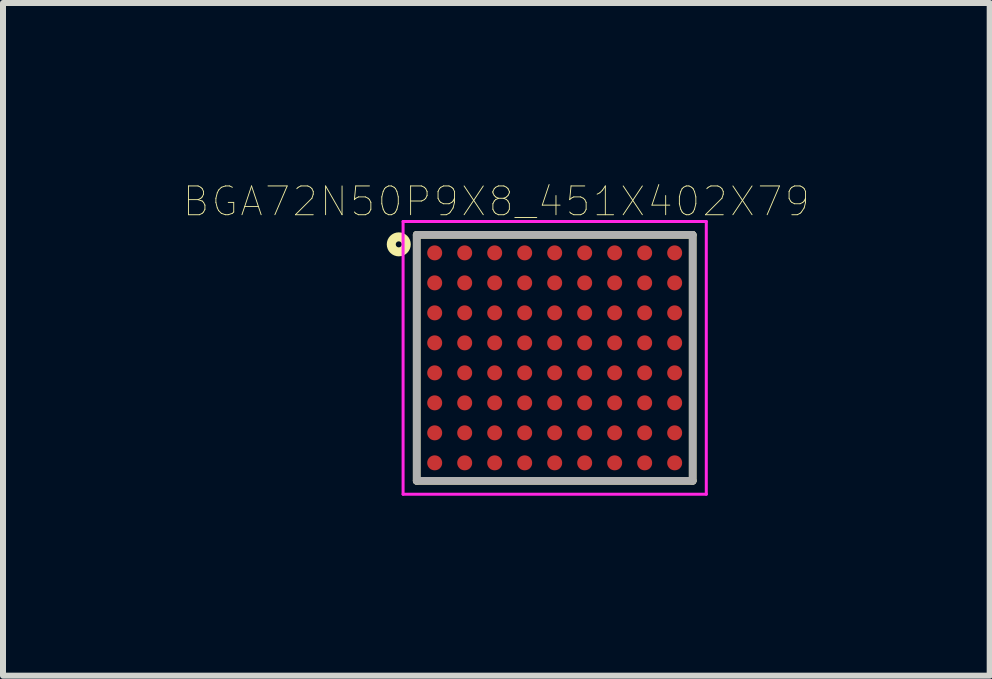
<source format=kicad_pcb>
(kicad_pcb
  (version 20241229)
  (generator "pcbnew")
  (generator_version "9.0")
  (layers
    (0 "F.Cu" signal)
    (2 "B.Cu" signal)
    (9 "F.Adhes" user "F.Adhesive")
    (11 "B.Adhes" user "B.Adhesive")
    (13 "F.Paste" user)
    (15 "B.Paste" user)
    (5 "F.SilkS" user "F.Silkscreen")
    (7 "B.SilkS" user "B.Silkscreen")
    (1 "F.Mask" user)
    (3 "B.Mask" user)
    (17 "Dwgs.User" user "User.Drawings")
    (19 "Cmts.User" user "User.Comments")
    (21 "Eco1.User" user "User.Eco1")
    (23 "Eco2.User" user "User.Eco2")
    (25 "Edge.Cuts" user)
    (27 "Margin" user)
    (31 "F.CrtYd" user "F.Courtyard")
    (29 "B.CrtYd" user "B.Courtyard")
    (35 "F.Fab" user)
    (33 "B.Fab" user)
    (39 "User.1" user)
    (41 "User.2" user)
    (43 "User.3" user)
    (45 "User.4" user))
  (footprint "BGA72N50P9X8_451X402X79"
    (layer "F.Cu")
    (at 6.196 2.915)
    (property "Reference" "BGA72N50P9X8_451X402X79" (at -0.973 -2.607 0) (layer "F.SilkS") (effects (font (size 0.48 0.48) (thickness 0.015))))
    (attr through_hole)
    (fp_line (start -2.3 -2.05) (end 2.3 -2.05) (stroke (width 0.127) (type solid)) (layer "F.SilkS"))
    (fp_line (start -2.3 2.05) (end -2.3 -2.05) (stroke (width 0.127) (type solid)) (layer "F.SilkS"))
    (fp_line (start 2.3 -2.05) (end 2.3 2.05) (stroke (width 0.127) (type solid)) (layer "F.SilkS"))
    (fp_line (start 2.3 2.05) (end -2.3 2.05) (stroke (width 0.127) (type solid)) (layer "F.SilkS"))
    (fp_circle (center -2.599 -1.892) (end -2.549 -1.892) (stroke (width 0.15) (type solid)) (fill no) (layer "F.SilkS"))
    (fp_line (start -2.527 -2.273) (end 2.527 -2.273) (stroke (width 0.05) (type solid)) (layer "F.CrtYd"))
    (fp_line (start -2.527 2.273) (end -2.527 -2.273) (stroke (width 0.05) (type solid)) (layer "F.CrtYd"))
    (fp_line (start 2.527 -2.273) (end 2.527 2.273) (stroke (width 0.05) (type solid)) (layer "F.CrtYd"))
    (fp_line (start 2.527 2.273) (end -2.527 2.273) (stroke (width 0.05) (type solid)) (layer "F.CrtYd"))
    (fp_line (start -2.3 -2.05) (end -2.3 2.05) (stroke (width 0.127) (type solid)) (layer "F.Fab"))
    (fp_line (start -2.3 -2.05) (end 2.3 -2.05) (stroke (width 0.127) (type solid)) (layer "F.Fab"))
    (fp_line (start 2.3 2.05) (end -2.3 2.05) (stroke (width 0.127) (type solid)) (layer "F.Fab"))
    (fp_line (start 2.3 2.05) (end 2.3 -2.05) (stroke (width 0.127) (type solid)) (layer "F.Fab"))
    (pad "A1" smd circle (at -2 -1.75) (size 0.25 0.25) (layers "F.Cu" "F.Mask"))
    (pad "A2" smd circle (at -1.5 -1.75) (size 0.25 0.25) (layers "F.Cu" "F.Mask"))
    (pad "A3" smd circle (at -1 -1.75) (size 0.25 0.25) (layers "F.Cu" "F.Mask"))
    (pad "A4" smd circle (at -0.5 -1.75) (size 0.25 0.25) (layers "F.Cu" "F.Mask"))
    (pad "A5" smd circle (at 0 -1.75) (size 0.25 0.25) (layers "F.Cu" "F.Mask"))
    (pad "A6" smd circle (at 0.5 -1.75) (size 0.25 0.25) (layers "F.Cu" "F.Mask"))
    (pad "A7" smd circle (at 1 -1.75) (size 0.25 0.25) (layers "F.Cu" "F.Mask"))
    (pad "A8" smd circle (at 1.5 -1.75) (size 0.25 0.25) (layers "F.Cu" "F.Mask"))
    (pad "A9" smd circle (at 2 -1.75) (size 0.25 0.25) (layers "F.Cu" "F.Mask"))
    (pad "B1" smd circle (at -2 -1.25) (size 0.25 0.25) (layers "F.Cu" "F.Mask"))
    (pad "B2" smd circle (at -1.5 -1.25) (size 0.25 0.25) (layers "F.Cu" "F.Mask"))
    (pad "B3" smd circle (at -1 -1.25) (size 0.25 0.25) (layers "F.Cu" "F.Mask"))
    (pad "B4" smd circle (at -0.5 -1.25) (size 0.25 0.25) (layers "F.Cu" "F.Mask"))
    (pad "B5" smd circle (at 0 -1.25) (size 0.25 0.25) (layers "F.Cu" "F.Mask"))
    (pad "B6" smd circle (at 0.5 -1.25) (size 0.25 0.25) (layers "F.Cu" "F.Mask"))
    (pad "B7" smd circle (at 1 -1.25) (size 0.25 0.25) (layers "F.Cu" "F.Mask"))
    (pad "B8" smd circle (at 1.5 -1.25) (size 0.25 0.25) (layers "F.Cu" "F.Mask"))
    (pad "B9" smd circle (at 2 -1.25) (size 0.25 0.25) (layers "F.Cu" "F.Mask"))
    (pad "C1" smd circle (at -2 -0.75) (size 0.25 0.25) (layers "F.Cu" "F.Mask"))
    (pad "C2" smd circle (at -1.5 -0.75) (size 0.25 0.25) (layers "F.Cu" "F.Mask"))
    (pad "C3" smd circle (at -1 -0.75) (size 0.25 0.25) (layers "F.Cu" "F.Mask"))
    (pad "C4" smd circle (at -0.5 -0.75) (size 0.25 0.25) (layers "F.Cu" "F.Mask"))
    (pad "C5" smd circle (at 0 -0.75) (size 0.25 0.25) (layers "F.Cu" "F.Mask"))
    (pad "C6" smd circle (at 0.5 -0.75) (size 0.25 0.25) (layers "F.Cu" "F.Mask"))
    (pad "C7" smd circle (at 1 -0.75) (size 0.25 0.25) (layers "F.Cu" "F.Mask"))
    (pad "C8" smd circle (at 1.5 -0.75) (size 0.25 0.25) (layers "F.Cu" "F.Mask"))
    (pad "C9" smd circle (at 2 -0.75) (size 0.25 0.25) (layers "F.Cu" "F.Mask"))
    (pad "D1" smd circle (at -2 -0.25) (size 0.25 0.25) (layers "F.Cu" "F.Mask"))
    (pad "D2" smd circle (at -1.5 -0.25) (size 0.25 0.25) (layers "F.Cu" "F.Mask"))
    (pad "D3" smd circle (at -1 -0.25) (size 0.25 0.25) (layers "F.Cu" "F.Mask"))
    (pad "D4" smd circle (at -0.5 -0.25) (size 0.25 0.25) (layers "F.Cu" "F.Mask"))
    (pad "D5" smd circle (at 0 -0.25) (size 0.25 0.25) (layers "F.Cu" "F.Mask"))
    (pad "D6" smd circle (at 0.5 -0.25) (size 0.25 0.25) (layers "F.Cu" "F.Mask"))
    (pad "D7" smd circle (at 1 -0.25) (size 0.25 0.25) (layers "F.Cu" "F.Mask"))
    (pad "D8" smd circle (at 1.5 -0.25) (size 0.25 0.25) (layers "F.Cu" "F.Mask"))
    (pad "D9" smd circle (at 2 -0.25) (size 0.25 0.25) (layers "F.Cu" "F.Mask"))
    (pad "E1" smd circle (at -2 0.25) (size 0.25 0.25) (layers "F.Cu" "F.Mask"))
    (pad "E2" smd circle (at -1.5 0.25) (size 0.25 0.25) (layers "F.Cu" "F.Mask"))
    (pad "E3" smd circle (at -1 0.25) (size 0.25 0.25) (layers "F.Cu" "F.Mask"))
    (pad "E4" smd circle (at -0.5 0.25) (size 0.25 0.25) (layers "F.Cu" "F.Mask"))
    (pad "E5" smd circle (at 0 0.25) (size 0.25 0.25) (layers "F.Cu" "F.Mask"))
    (pad "E6" smd circle (at 0.5 0.25) (size 0.25 0.25) (layers "F.Cu" "F.Mask"))
    (pad "E7" smd circle (at 1 0.25) (size 0.25 0.25) (layers "F.Cu" "F.Mask"))
    (pad "E8" smd circle (at 1.5 0.25) (size 0.25 0.25) (layers "F.Cu" "F.Mask"))
    (pad "E9" smd circle (at 2 0.25) (size 0.25 0.25) (layers "F.Cu" "F.Mask"))
    (pad "F1" smd circle (at -2 0.75) (size 0.25 0.25) (layers "F.Cu" "F.Mask"))
    (pad "F2" smd circle (at -1.5 0.75) (size 0.25 0.25) (layers "F.Cu" "F.Mask"))
    (pad "F3" smd circle (at -1 0.75) (size 0.25 0.25) (layers "F.Cu" "F.Mask"))
    (pad "F4" smd circle (at -0.5 0.75) (size 0.25 0.25) (layers "F.Cu" "F.Mask"))
    (pad "F5" smd circle (at 0 0.75) (size 0.25 0.25) (layers "F.Cu" "F.Mask"))
    (pad "F6" smd circle (at 0.5 0.75) (size 0.25 0.25) (layers "F.Cu" "F.Mask"))
    (pad "F7" smd circle (at 1 0.75) (size 0.25 0.25) (layers "F.Cu" "F.Mask"))
    (pad "F8" smd circle (at 1.5 0.75) (size 0.25 0.25) (layers "F.Cu" "F.Mask"))
    (pad "F9" smd circle (at 2 0.75) (size 0.25 0.25) (layers "F.Cu" "F.Mask"))
    (pad "G1" smd circle (at -2 1.25) (size 0.25 0.25) (layers "F.Cu" "F.Mask"))
    (pad "G2" smd circle (at -1.5 1.25) (size 0.25 0.25) (layers "F.Cu" "F.Mask"))
    (pad "G3" smd circle (at -1 1.25) (size 0.25 0.25) (layers "F.Cu" "F.Mask"))
    (pad "G4" smd circle (at -0.5 1.25) (size 0.25 0.25) (layers "F.Cu" "F.Mask"))
    (pad "G5" smd circle (at 0 1.25) (size 0.25 0.25) (layers "F.Cu" "F.Mask"))
    (pad "G6" smd circle (at 0.5 1.25) (size 0.25 0.25) (layers "F.Cu" "F.Mask"))
    (pad "G7" smd circle (at 1 1.25) (size 0.25 0.25) (layers "F.Cu" "F.Mask"))
    (pad "G8" smd circle (at 1.5 1.25) (size 0.25 0.25) (layers "F.Cu" "F.Mask"))
    (pad "G9" smd circle (at 2 1.25) (size 0.25 0.25) (layers "F.Cu" "F.Mask"))
    (pad "H1" smd circle (at -2 1.75) (size 0.25 0.25) (layers "F.Cu" "F.Mask"))
    (pad "H2" smd circle (at -1.5 1.75) (size 0.25 0.25) (layers "F.Cu" "F.Mask"))
    (pad "H3" smd circle (at -1 1.75) (size 0.25 0.25) (layers "F.Cu" "F.Mask"))
    (pad "H4" smd circle (at -0.5 1.75) (size 0.25 0.25) (layers "F.Cu" "F.Mask"))
    (pad "H5" smd circle (at 0 1.75) (size 0.25 0.25) (layers "F.Cu" "F.Mask"))
    (pad "H6" smd circle (at 0.5 1.75) (size 0.25 0.25) (layers "F.Cu" "F.Mask"))
    (pad "H7" smd circle (at 1 1.75) (size 0.25 0.25) (layers "F.Cu" "F.Mask"))
    (pad "H8" smd circle (at 1.5 1.75) (size 0.25 0.25) (layers "F.Cu" "F.Mask"))
    (pad "H9" smd circle (at 2 1.75) (size 0.25 0.25) (layers "F.Cu" "F.Mask")))
  (gr_rect
    (start -3 -3)
    (end 13.447 8.213)
    (stroke (width 0.1) (type default))
    (fill no)
    (layer "Edge.Cuts")))
</source>
